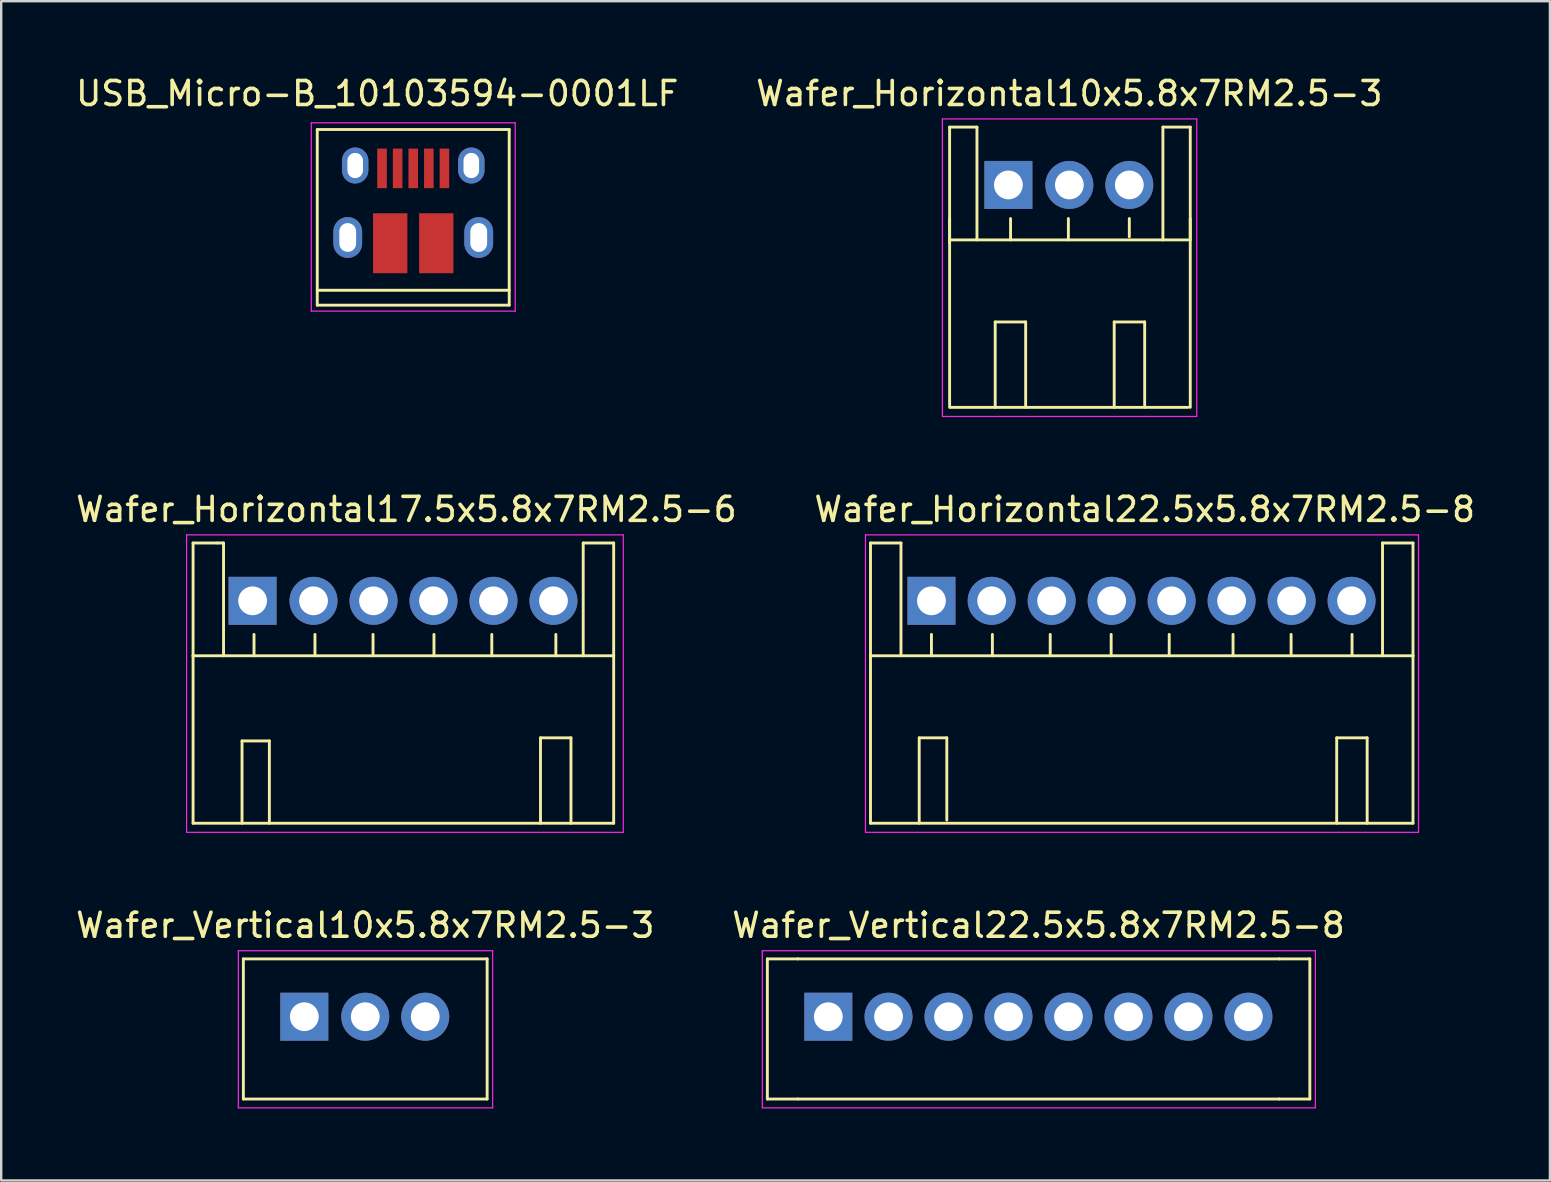
<source format=kicad_pcb>
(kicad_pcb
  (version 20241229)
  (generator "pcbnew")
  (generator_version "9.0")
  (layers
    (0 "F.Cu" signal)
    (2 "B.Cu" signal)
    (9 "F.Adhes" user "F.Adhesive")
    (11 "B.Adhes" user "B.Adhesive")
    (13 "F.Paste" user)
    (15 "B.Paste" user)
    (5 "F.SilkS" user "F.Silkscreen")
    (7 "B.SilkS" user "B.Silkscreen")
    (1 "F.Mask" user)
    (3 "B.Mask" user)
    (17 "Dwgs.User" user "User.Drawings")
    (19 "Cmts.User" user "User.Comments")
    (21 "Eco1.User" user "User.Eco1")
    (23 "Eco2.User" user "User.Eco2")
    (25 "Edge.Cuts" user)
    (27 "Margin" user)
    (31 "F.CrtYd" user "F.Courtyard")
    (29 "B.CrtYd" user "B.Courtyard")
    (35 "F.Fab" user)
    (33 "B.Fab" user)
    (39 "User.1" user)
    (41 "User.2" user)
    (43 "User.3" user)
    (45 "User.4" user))
  (footprint "Wafer_Horizontal10x5.8x7RM2.5-3"
    (layer "F.Cu")
    (at 38.978 4.658)
    (property "Reference" "Wafer_Horizontal10x5.8x7RM2.5-3" (at 2.54 -3.81 0) (layer "F.SilkS") (effects (font (size 1 1) (thickness 0.15))))
    (attr through_hole)
    (fp_line (start -2.45 -2.41) (end -1.31 -2.41) (stroke (width 0.12) (type solid)) (layer "F.SilkS"))
    (fp_line (start -2.45 2.29) (end -2.45 1.4) (stroke (width 0.12) (type solid)) (layer "F.SilkS"))
    (fp_line (start -2.45 2.41) (end -2.45 -2.41) (stroke (width 0.12) (type solid)) (layer "F.SilkS"))
    (fp_line (start -2.45 9.27) (end -2.45 2.29) (stroke (width 0.12) (type solid)) (layer "F.SilkS"))
    (fp_line (start -2.41 2.29) (end 7.49 2.29) (stroke (width 0.12) (type solid)) (layer "F.SilkS"))
    (fp_line (start -2.41 9.27) (end 7.49 9.27) (stroke (width 0.12) (type solid)) (layer "F.SilkS"))
    (fp_line (start -1.31 -2.41) (end -1.31 2.29) (stroke (width 0.12) (type solid)) (layer "F.SilkS"))
    (fp_line (start -0.55 5.71) (end 0.72 5.71) (stroke (width 0.12) (type solid)) (layer "F.SilkS"))
    (fp_line (start -0.55 9.27) (end -0.55 5.71) (stroke (width 0.12) (type solid)) (layer "F.SilkS"))
    (fp_line (start 0.09 1.4) (end 0.09 2.29) (stroke (width 0.12) (type solid)) (layer "F.SilkS"))
    (fp_line (start 0.72 5.71) (end 0.72 9.27) (stroke (width 0.12) (type solid)) (layer "F.SilkS"))
    (fp_line (start 2.5 2.29) (end 2.5 1.4) (stroke (width 0.12) (type solid)) (layer "F.SilkS"))
    (fp_line (start 4.41 5.71) (end 5.68 5.71) (stroke (width 0.12) (type solid)) (layer "F.SilkS"))
    (fp_line (start 4.41 9.27) (end 4.41 5.71) (stroke (width 0.12) (type solid)) (layer "F.SilkS"))
    (fp_line (start 5.04 2.16) (end 5.04 1.4) (stroke (width 0.12) (type solid)) (layer "F.SilkS"))
    (fp_line (start 5.68 5.71) (end 5.68 9.27) (stroke (width 0.12) (type solid)) (layer "F.SilkS"))
    (fp_line (start 6.44 -2.41) (end 6.44 2.29) (stroke (width 0.12) (type solid)) (layer "F.SilkS"))
    (fp_line (start 7.58 -2.41) (end 6.44 -2.41) (stroke (width 0.12) (type solid)) (layer "F.SilkS"))
    (fp_line (start 7.58 2.29) (end 7.58 -2.41) (stroke (width 0.12) (type solid)) (layer "F.SilkS"))
    (fp_line (start 7.58 2.29) (end 7.58 1.4) (stroke (width 0.12) (type solid)) (layer "F.SilkS"))
    (fp_line (start 7.58 2.29) (end 7.58 9.27) (stroke (width 0.12) (type solid)) (layer "F.SilkS"))
    (fp_line (start -2.75 -2.75) (end 7.85 -2.75) (stroke (width 0.05) (type solid)) (layer "F.CrtYd"))
    (fp_line (start -2.75 9.65) (end -2.75 -2.75) (stroke (width 0.05) (type solid)) (layer "F.CrtYd"))
    (fp_line (start 7.85 -2.75) (end 7.85 9.65) (stroke (width 0.05) (type solid)) (layer "F.CrtYd"))
    (fp_line (start 7.85 9.65) (end -2.75 9.65) (stroke (width 0.05) (type solid)) (layer "F.CrtYd"))
    (pad "1" thru_hole rect (at 0 0) (size 2 2) (drill 1.2) (layers "*.Cu" "*.Mask"))
    (pad "2" thru_hole circle (at 2.54 0) (size 2 2) (drill 1.2) (layers "*.Cu" "*.Mask"))
    (pad "3" thru_hole circle (at 5.04 0) (size 2 2) (drill 1.2) (layers "*.Cu" "*.Mask")))
  (footprint "Wafer_Horizontal17.5x5.8x7RM2.5-6"
    (layer "F.Cu")
    (at 7.477 21.991)
    (property "Reference" "Wafer_Horizontal17.5x5.8x7RM2.5-6" (at 6.41 -3.81 0) (layer "F.SilkS") (effects (font (size 1 1) (thickness 0.15))))
    (attr through_hole)
    (fp_line (start -2.48 -2.41) (end -1.46 -2.41) (stroke (width 0.12) (type solid)) (layer "F.SilkS"))
    (fp_line (start -2.48 2.29) (end -2.48 -2.41) (stroke (width 0.12) (type solid)) (layer "F.SilkS"))
    (fp_line (start -2.48 2.29) (end -2.48 9.27) (stroke (width 0.12) (type solid)) (layer "F.SilkS"))
    (fp_line (start -2.48 2.29) (end 15.05 2.29) (stroke (width 0.12) (type solid)) (layer "F.SilkS"))
    (fp_line (start -2.48 9.27) (end 15.05 9.27) (stroke (width 0.12) (type solid)) (layer "F.SilkS"))
    (fp_line (start -1.46 -2.41) (end -1.21 -2.41) (stroke (width 0.12) (type solid)) (layer "F.SilkS"))
    (fp_line (start -1.21 -2.41) (end -1.21 2.29) (stroke (width 0.12) (type solid)) (layer "F.SilkS"))
    (fp_line (start -0.44 5.84) (end -0.44 9.27) (stroke (width 0.12) (type solid)) (layer "F.SilkS"))
    (fp_line (start -0.44 5.84) (end 0.7 5.84) (stroke (width 0.12) (type solid)) (layer "F.SilkS"))
    (fp_line (start 0.06 2.29) (end 0.06 1.4) (stroke (width 0.12) (type solid)) (layer "F.SilkS"))
    (fp_line (start 0.7 5.84) (end 0.7 9.27) (stroke (width 0.12) (type solid)) (layer "F.SilkS"))
    (fp_line (start 2.6 2.29) (end 2.6 1.4) (stroke (width 0.12) (type solid)) (layer "F.SilkS"))
    (fp_line (start 5.02 2.29) (end 5.02 1.4) (stroke (width 0.12) (type solid)) (layer "F.SilkS"))
    (fp_line (start 7.56 2.29) (end 7.56 1.4) (stroke (width 0.12) (type solid)) (layer "F.SilkS"))
    (fp_line (start 9.97 2.29) (end 9.97 1.4) (stroke (width 0.12) (type solid)) (layer "F.SilkS"))
    (fp_line (start 12 5.71) (end 13.27 5.71) (stroke (width 0.12) (type solid)) (layer "F.SilkS"))
    (fp_line (start 12 9.27) (end 12 5.71) (stroke (width 0.12) (type solid)) (layer "F.SilkS"))
    (fp_line (start 12.64 2.29) (end 12.64 1.4) (stroke (width 0.12) (type solid)) (layer "F.SilkS"))
    (fp_line (start 13.27 5.71) (end 13.27 9.27) (stroke (width 0.12) (type solid)) (layer "F.SilkS"))
    (fp_line (start 13.78 -2.41) (end 13.78 2.29) (stroke (width 0.12) (type solid)) (layer "F.SilkS"))
    (fp_line (start 15.05 -2.41) (end 13.78 -2.41) (stroke (width 0.12) (type solid)) (layer "F.SilkS"))
    (fp_line (start 15.05 2.29) (end 15.05 -2.41) (stroke (width 0.12) (type solid)) (layer "F.SilkS"))
    (fp_line (start 15.05 2.29) (end 15.05 9.27) (stroke (width 0.12) (type solid)) (layer "F.SilkS"))
    (fp_line (start -2.75 -2.75) (end 15.45 -2.75) (stroke (width 0.05) (type solid)) (layer "F.CrtYd"))
    (fp_line (start -2.75 9.65) (end -2.75 -2.75) (stroke (width 0.05) (type solid)) (layer "F.CrtYd"))
    (fp_line (start 15.45 -2.75) (end 15.45 9.65) (stroke (width 0.05) (type solid)) (layer "F.CrtYd"))
    (fp_line (start 15.45 9.65) (end -2.75 9.65) (stroke (width 0.05) (type solid)) (layer "F.CrtYd"))
    (pad "1" thru_hole rect (at 0 0) (size 2 2) (drill 1.2) (layers "*.Cu" "*.Mask"))
    (pad "2" thru_hole circle (at 2.54 0) (size 2 2) (drill 1.2) (layers "*.Cu" "*.Mask"))
    (pad "3" thru_hole circle (at 5.04 0) (size 2 2) (drill 1.2) (layers "*.Cu" "*.Mask"))
    (pad "4" thru_hole circle (at 7.54 0) (size 2 2) (drill 1.2) (layers "*.Cu" "*.Mask"))
    (pad "5" thru_hole circle (at 10.04 0) (size 2 2) (drill 1.2) (layers "*.Cu" "*.Mask"))
    (pad "6" thru_hole circle (at 12.54 0) (size 2 2) (drill 1.2) (layers "*.Cu" "*.Mask")))
  (footprint "USB_Micro-B_10103594-0001LF"
    (layer "F.Cu")
    (at 14.173 5.468)
    (property "Reference" "USB_Micro-B_10103594-0001LF" (at -1.5 -4.62 0) (layer "F.SilkS") (effects (font (size 1 1) (thickness 0.15))))
    (attr smd)
    (fp_line (start -4 -3.12) (end 4 -3.12) (stroke (width 0.12) (type solid)) (layer "F.SilkS"))
    (fp_line (start -4 4.2) (end -4 -3.12) (stroke (width 0.12) (type solid)) (layer "F.SilkS"))
    (fp_line (start -4 4.2) (end 4 4.2) (stroke (width 0.12) (type solid)) (layer "F.SilkS"))
    (fp_line (start 4 -3.12) (end 4 4.2) (stroke (width 0.12) (type solid)) (layer "F.SilkS"))
    (fp_line (start 4 3.58) (end -4 3.58) (stroke (width 0.12) (type solid)) (layer "F.SilkS"))
    (fp_line (start -4.25 -3.4) (end 4.25 -3.4) (stroke (width 0.05) (type solid)) (layer "F.CrtYd"))
    (fp_line (start -4.25 4.45) (end -4.25 -3.4) (stroke (width 0.05) (type solid)) (layer "F.CrtYd"))
    (fp_line (start 4.25 -3.4) (end 4.25 4.45) (stroke (width 0.05) (type solid)) (layer "F.CrtYd"))
    (fp_line (start 4.25 4.45) (end -4.25 4.45) (stroke (width 0.05) (type solid)) (layer "F.CrtYd"))
    (pad "1" smd rect (at -1.3 -1.5 90) (size 1.65 0.4) (layers "F.Cu" "F.Mask" "F.Paste"))
    (pad "2" smd rect (at -0.65 -1.5 90) (size 1.65 0.4) (layers "F.Cu" "F.Mask" "F.Paste"))
    (pad "3" smd rect (at 0 -1.5 90) (size 1.65 0.4) (layers "F.Cu" "F.Mask" "F.Paste"))
    (pad "4" smd rect (at 0.65 -1.5 90) (size 1.65 0.4) (layers "F.Cu" "F.Mask" "F.Paste"))
    (pad "5" smd rect (at 1.3 -1.5 90) (size 1.65 0.4) (layers "F.Cu" "F.Mask" "F.Paste"))
    (pad "6" thru_hole oval (at -2.73 1.38 90) (size 1.7 1.2) (drill oval 1.2 0.7) (layers "*.Cu" "*.Mask"))
    (pad "6" thru_hole oval (at -2.42 -1.62 90) (size 1.5 1.1) (drill oval 1.05 0.65) (layers "*.Cu" "*.Mask"))
    (pad "6" smd rect (at -0.96 1.62 90) (size 2.5 1.43) (layers "F.Cu" "F.Mask" "F.Paste"))
    (pad "6" smd rect (at 0.96 1.62 90) (size 2.5 1.43) (layers "F.Cu" "F.Mask" "F.Paste"))
    (pad "6" thru_hole oval (at 2.42 -1.62 90) (size 1.5 1.1) (drill oval 1.05 0.65) (layers "*.Cu" "*.Mask"))
    (pad "6" thru_hole oval (at 2.73 1.38 90) (size 1.7 1.2) (drill oval 1.2 0.7) (layers "*.Cu" "*.Mask")))
  (footprint "Wafer_Horizontal22.5x5.8x7RM2.5-8"
    (layer "F.Cu")
    (at 35.771 21.991)
    (property "Reference" "Wafer_Horizontal22.5x5.8x7RM2.5-8" (at 8.89 -3.81 0) (layer "F.SilkS") (effects (font (size 1 1) (thickness 0.15))))
    (attr through_hole)
    (fp_line (start -2.54 -2.41) (end -1.27 -2.41) (stroke (width 0.12) (type solid)) (layer "F.SilkS"))
    (fp_line (start -2.54 2.29) (end -2.54 -2.41) (stroke (width 0.12) (type solid)) (layer "F.SilkS"))
    (fp_line (start -2.54 2.29) (end 20.07 2.29) (stroke (width 0.12) (type solid)) (layer "F.SilkS"))
    (fp_line (start -2.54 9.27) (end -2.54 2.29) (stroke (width 0.12) (type solid)) (layer "F.SilkS"))
    (fp_line (start -2.54 9.27) (end 20.07 9.27) (stroke (width 0.12) (type solid)) (layer "F.SilkS"))
    (fp_line (start -1.27 -2.41) (end -1.27 2.29) (stroke (width 0.12) (type solid)) (layer "F.SilkS"))
    (fp_line (start -0.51 5.71) (end 0.64 5.71) (stroke (width 0.12) (type solid)) (layer "F.SilkS"))
    (fp_line (start -0.51 9.27) (end -0.51 5.71) (stroke (width 0.12) (type solid)) (layer "F.SilkS"))
    (fp_line (start 0 2.29) (end 0 1.4) (stroke (width 0.12) (type solid)) (layer "F.SilkS"))
    (fp_line (start 0.64 5.71) (end 0.64 9.14) (stroke (width 0.12) (type solid)) (layer "F.SilkS"))
    (fp_line (start 2.54 2.29) (end 2.54 1.4) (stroke (width 0.12) (type solid)) (layer "F.SilkS"))
    (fp_line (start 4.95 2.29) (end 4.95 1.4) (stroke (width 0.12) (type solid)) (layer "F.SilkS"))
    (fp_line (start 7.49 2.29) (end 7.49 1.4) (stroke (width 0.12) (type solid)) (layer "F.SilkS"))
    (fp_line (start 9.91 2.29) (end 9.91 1.4) (stroke (width 0.12) (type solid)) (layer "F.SilkS"))
    (fp_line (start 12.57 2.29) (end 12.57 1.4) (stroke (width 0.12) (type solid)) (layer "F.SilkS"))
    (fp_line (start 14.99 2.29) (end 14.99 1.4) (stroke (width 0.12) (type solid)) (layer "F.SilkS"))
    (fp_line (start 16.89 5.71) (end 18.16 5.71) (stroke (width 0.12) (type solid)) (layer "F.SilkS"))
    (fp_line (start 16.89 9.27) (end 16.89 5.71) (stroke (width 0.12) (type solid)) (layer "F.SilkS"))
    (fp_line (start 17.53 2.29) (end 17.53 1.4) (stroke (width 0.12) (type solid)) (layer "F.SilkS"))
    (fp_line (start 18.16 5.71) (end 18.16 9.27) (stroke (width 0.12) (type solid)) (layer "F.SilkS"))
    (fp_line (start 18.8 -2.41) (end 18.8 2.29) (stroke (width 0.12) (type solid)) (layer "F.SilkS"))
    (fp_line (start 20.07 -2.41) (end 18.8 -2.41) (stroke (width 0.12) (type solid)) (layer "F.SilkS"))
    (fp_line (start 20.07 2.29) (end 20.07 -2.41) (stroke (width 0.12) (type solid)) (layer "F.SilkS"))
    (fp_line (start 20.07 9.27) (end 20.07 2.29) (stroke (width 0.12) (type solid)) (layer "F.SilkS"))
    (fp_line (start -2.75 -2.75) (end 20.3 -2.75) (stroke (width 0.05) (type solid)) (layer "F.CrtYd"))
    (fp_line (start -2.75 9.65) (end -2.75 -2.75) (stroke (width 0.05) (type solid)) (layer "F.CrtYd"))
    (fp_line (start 20.3 -2.75) (end 20.3 9.65) (stroke (width 0.05) (type solid)) (layer "F.CrtYd"))
    (fp_line (start 20.3 9.65) (end -2.75 9.65) (stroke (width 0.05) (type solid)) (layer "F.CrtYd"))
    (pad "1" thru_hole rect (at 0 0) (size 2 2) (drill 1.2) (layers "*.Cu" "*.Mask"))
    (pad "2" thru_hole circle (at 2.51 0) (size 2 2) (drill 1.2) (layers "*.Cu" "*.Mask"))
    (pad "3" thru_hole circle (at 5.01 0) (size 2 2) (drill 1.2) (layers "*.Cu" "*.Mask"))
    (pad "4" thru_hole circle (at 7.51 0) (size 2 2) (drill 1.2) (layers "*.Cu" "*.Mask"))
    (pad "5" thru_hole circle (at 10.01 0) (size 2 2) (drill 1.2) (layers "*.Cu" "*.Mask"))
    (pad "6" thru_hole circle (at 12.51 0) (size 2 2) (drill 1.2) (layers "*.Cu" "*.Mask"))
    (pad "7" thru_hole circle (at 15.01 0) (size 2 2) (drill 1.2) (layers "*.Cu" "*.Mask"))
    (pad "8" thru_hole circle (at 17.51 0) (size 2 2) (drill 1.2) (layers "*.Cu" "*.Mask")))
  (footprint "Wafer_Vertical22.5x5.8x7RM2.5-8"
    (layer "F.Cu")
    (at 31.472 39.325)
    (property "Reference" "Wafer_Vertical22.5x5.8x7RM2.5-8" (at 8.76 -3.81 0) (layer "F.SilkS") (effects (font (size 1 1) (thickness 0.15))))
    (attr through_hole)
    (fp_line (start -2.54 -2.41) (end -2.54 3.43) (stroke (width 0.12) (type solid)) (layer "F.SilkS"))
    (fp_line (start -2.54 3.43) (end -1.27 3.43) (stroke (width 0.12) (type solid)) (layer "F.SilkS"))
    (fp_line (start -1.27 -2.41) (end -2.54 -2.41) (stroke (width 0.12) (type solid)) (layer "F.SilkS"))
    (fp_line (start -1.27 3.43) (end 18.8 3.43) (stroke (width 0.12) (type solid)) (layer "F.SilkS"))
    (fp_line (start 18.8 -2.41) (end -1.27 -2.41) (stroke (width 0.12) (type solid)) (layer "F.SilkS"))
    (fp_line (start 18.8 -2.41) (end 20.07 -2.41) (stroke (width 0.12) (type solid)) (layer "F.SilkS"))
    (fp_line (start 18.8 3.43) (end 20.07 3.43) (stroke (width 0.12) (type solid)) (layer "F.SilkS"))
    (fp_line (start 20.07 -2.41) (end 20.07 3.43) (stroke (width 0.12) (type solid)) (layer "F.SilkS"))
    (fp_line (start -2.75 -2.75) (end 20.3 -2.75) (stroke (width 0.05) (type solid)) (layer "F.CrtYd"))
    (fp_line (start -2.75 3.8) (end -2.75 -2.75) (stroke (width 0.05) (type solid)) (layer "F.CrtYd"))
    (fp_line (start 20.3 -2.75) (end 20.3 3.8) (stroke (width 0.05) (type solid)) (layer "F.CrtYd"))
    (fp_line (start 20.3 3.8) (end -2.75 3.8) (stroke (width 0.05) (type solid)) (layer "F.CrtYd"))
    (pad "1" thru_hole rect (at 0 0) (size 2 2) (drill 1.2) (layers "*.Cu" "*.Mask"))
    (pad "2" thru_hole circle (at 2.51 0) (size 2 2) (drill 1.2) (layers "*.Cu" "*.Mask"))
    (pad "3" thru_hole circle (at 5.01 0) (size 2 2) (drill 1.2) (layers "*.Cu" "*.Mask"))
    (pad "4" thru_hole circle (at 7.51 0) (size 2 2) (drill 1.2) (layers "*.Cu" "*.Mask"))
    (pad "5" thru_hole circle (at 10.01 0) (size 2 2) (drill 1.2) (layers "*.Cu" "*.Mask"))
    (pad "6" thru_hole circle (at 12.51 0) (size 2 2) (drill 1.2) (layers "*.Cu" "*.Mask"))
    (pad "7" thru_hole circle (at 15.01 0) (size 2 2) (drill 1.2) (layers "*.Cu" "*.Mask"))
    (pad "8" thru_hole circle (at 17.51 0) (size 2 2) (drill 1.2) (layers "*.Cu" "*.Mask")))
  (footprint "Wafer_Vertical10x5.8x7RM2.5-3"
    (layer "F.Cu")
    (at 9.633 39.325)
    (property "Reference" "Wafer_Vertical10x5.8x7RM2.5-3" (at 2.54 -3.81 0) (layer "F.SilkS") (effects (font (size 1 1) (thickness 0.15))))
    (attr through_hole)
    (fp_line (start -2.54 -2.41) (end -2.54 3.43) (stroke (width 0.12) (type solid)) (layer "F.SilkS"))
    (fp_line (start -2.54 -2.41) (end 7.62 -2.41) (stroke (width 0.12) (type solid)) (layer "F.SilkS"))
    (fp_line (start 7.62 -2.41) (end 7.62 3.43) (stroke (width 0.12) (type solid)) (layer "F.SilkS"))
    (fp_line (start 7.62 3.43) (end -2.54 3.43) (stroke (width 0.12) (type solid)) (layer "F.SilkS"))
    (fp_line (start -2.75 -2.75) (end 7.85 -2.75) (stroke (width 0.05) (type solid)) (layer "F.CrtYd"))
    (fp_line (start -2.75 3.8) (end -2.75 -2.75) (stroke (width 0.05) (type solid)) (layer "F.CrtYd"))
    (fp_line (start 7.85 -2.75) (end 7.85 3.8) (stroke (width 0.05) (type solid)) (layer "F.CrtYd"))
    (fp_line (start 7.85 3.8) (end -2.75 3.8) (stroke (width 0.05) (type solid)) (layer "F.CrtYd"))
    (pad "1" thru_hole rect (at 0 0) (size 2 2) (drill 1.2) (layers "*.Cu" "*.Mask"))
    (pad "2" thru_hole circle (at 2.54 0) (size 2 2) (drill 1.2) (layers "*.Cu" "*.Mask"))
    (pad "3" thru_hole circle (at 5.04 0) (size 2 2) (drill 1.2) (layers "*.Cu" "*.Mask")))
  (gr_rect
    (start -3 -3)
    (end 61.548 46.15)
    (stroke (width 0.1) (type default))
    (fill no)
    (layer "Edge.Cuts")))
</source>
